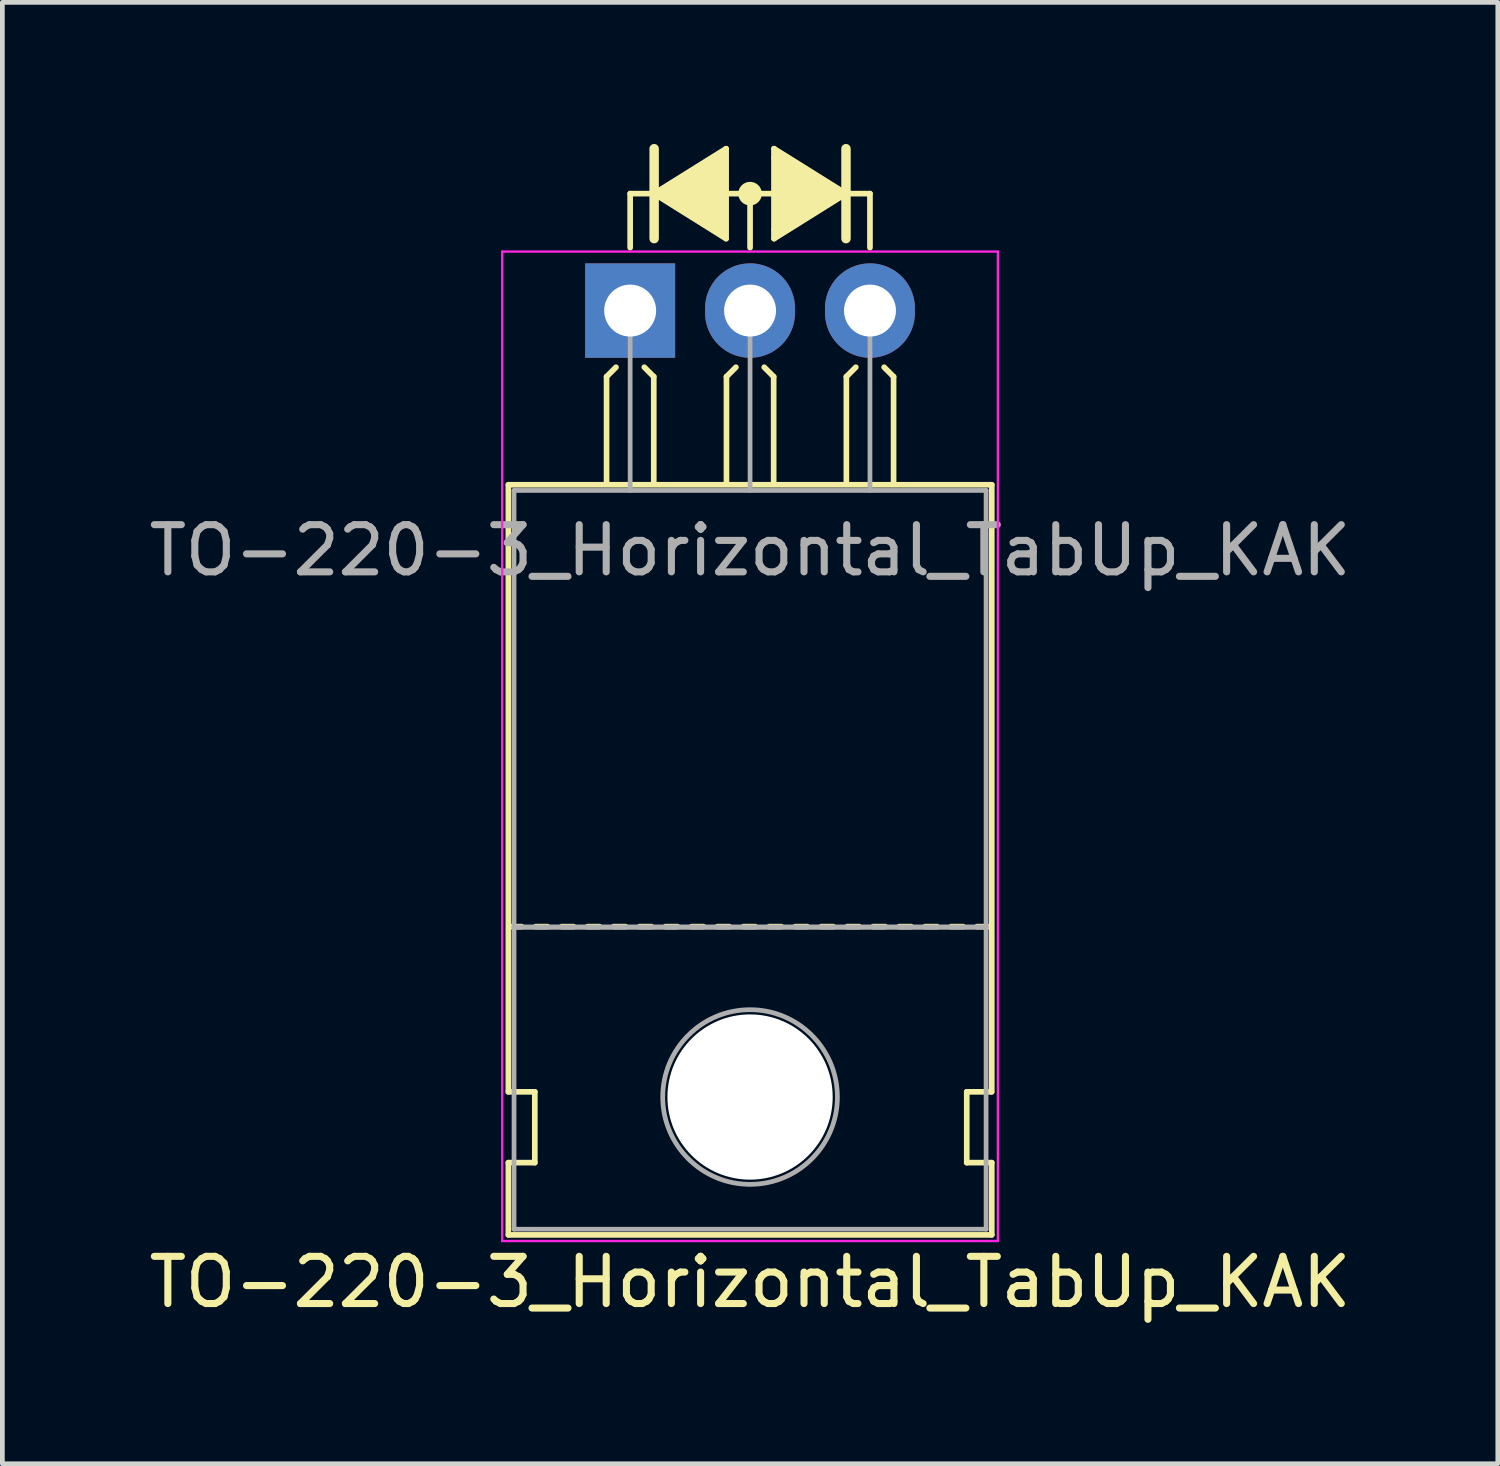
<source format=kicad_pcb>
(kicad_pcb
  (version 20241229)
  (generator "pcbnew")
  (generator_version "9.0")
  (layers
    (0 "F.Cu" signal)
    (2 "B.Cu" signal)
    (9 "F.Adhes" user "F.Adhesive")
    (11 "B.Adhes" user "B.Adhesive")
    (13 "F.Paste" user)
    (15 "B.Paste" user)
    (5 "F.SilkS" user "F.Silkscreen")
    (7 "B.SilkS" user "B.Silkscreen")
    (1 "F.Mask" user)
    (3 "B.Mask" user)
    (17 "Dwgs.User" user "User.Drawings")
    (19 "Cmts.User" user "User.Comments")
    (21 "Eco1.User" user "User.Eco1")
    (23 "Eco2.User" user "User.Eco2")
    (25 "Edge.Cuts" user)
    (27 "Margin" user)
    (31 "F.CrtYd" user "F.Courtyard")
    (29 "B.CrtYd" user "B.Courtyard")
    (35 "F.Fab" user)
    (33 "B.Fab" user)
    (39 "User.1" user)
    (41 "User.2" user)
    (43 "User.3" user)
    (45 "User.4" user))
  (footprint "TO-220-3_Horizontal_TabUp_KAK"
    (layer "F.Cu")
    (at 10.299 3.529)
    (property "Reference" "TO-220-3_Horizontal_TabUp_KAK" (at 2.54 20.58 0) (layer "F.SilkS") (effects (font (size 1 1) (thickness 0.15))))
    (attr through_hole)
    (fp_line (start -2.58 16.55) (end -2.58 3.69) (stroke (width 0.12) (type solid)) (layer "F.SilkS"))
    (fp_line (start -2.58 16.55) (end -2.02 16.55) (stroke (width 0.12) (type solid)) (layer "F.SilkS"))
    (fp_line (start -2.58 19.58) (end -2.58 18.05) (stroke (width 0.12) (type solid)) (layer "F.SilkS"))
    (fp_line (start -2.3 13.05) (end -2.55 13.05) (stroke (width 0.12) (type solid)) (layer "F.SilkS"))
    (fp_line (start -2.02 16.55) (end -2.02 18.05) (stroke (width 0.12) (type solid)) (layer "F.SilkS"))
    (fp_line (start -2.02 18.05) (end -2.58 18.05) (stroke (width 0.12) (type solid)) (layer "F.SilkS"))
    (fp_line (start -1.75 13.05) (end -2 13.05) (stroke (width 0.12) (type solid)) (layer "F.SilkS"))
    (fp_line (start -1.2 13.05) (end -1.45 13.05) (stroke (width 0.12) (type solid)) (layer "F.SilkS"))
    (fp_line (start -0.65 13.05) (end -0.9 13.05) (stroke (width 0.12) (type solid)) (layer "F.SilkS"))
    (fp_line (start -0.5 1.4) (end -0.3 1.2) (stroke (width 0.12) (type solid)) (layer "F.SilkS"))
    (fp_line (start -0.5 3.65) (end -0.5 1.4) (stroke (width 0.12) (type solid)) (layer "F.SilkS"))
    (fp_line (start -0.1 13.05) (end -0.35 13.05) (stroke (width 0.12) (type solid)) (layer "F.SilkS"))
    (fp_line (start 0 -2.477) (end 0.508 -2.477) (stroke (width 0.12) (type solid)) (layer "F.SilkS"))
    (fp_line (start 0 -1.333) (end 0 -2.477) (stroke (width 0.12) (type solid)) (layer "F.SilkS"))
    (fp_line (start 0.45 13.05) (end 0.2 13.05) (stroke (width 0.12) (type solid)) (layer "F.SilkS"))
    (fp_line (start 0.5 1.4) (end 0.3 1.2) (stroke (width 0.12) (type solid)) (layer "F.SilkS"))
    (fp_line (start 0.5 3.65) (end 0.5 1.4) (stroke (width 0.12) (type solid)) (layer "F.SilkS"))
    (fp_line (start 0.508 -3.429) (end 0.508 -1.524) (stroke (width 0.2) (type solid)) (layer "F.SilkS"))
    (fp_line (start 0.508 -2.477) (end 2.032 -1.524) (stroke (width 0.12) (type solid)) (layer "F.SilkS"))
    (fp_line (start 1 13.05) (end 0.75 13.05) (stroke (width 0.12) (type solid)) (layer "F.SilkS"))
    (fp_line (start 1.55 13.05) (end 1.3 13.05) (stroke (width 0.12) (type solid)) (layer "F.SilkS"))
    (fp_line (start 2.032 -3.429) (end 0.508 -2.477) (stroke (width 0.12) (type solid)) (layer "F.SilkS"))
    (fp_line (start 2.032 -1.524) (end 2.032 -3.429) (stroke (width 0.12) (type solid)) (layer "F.SilkS"))
    (fp_line (start 2.04 1.4) (end 2.24 1.2) (stroke (width 0.12) (type solid)) (layer "F.SilkS"))
    (fp_line (start 2.04 3.65) (end 2.04 1.4) (stroke (width 0.12) (type solid)) (layer "F.SilkS"))
    (fp_line (start 2.1 13.05) (end 1.85 13.05) (stroke (width 0.12) (type solid)) (layer "F.SilkS"))
    (fp_line (start 2.54 -2.477) (end 2.032 -2.477) (stroke (width 0.12) (type solid)) (layer "F.SilkS"))
    (fp_line (start 2.54 -2.477) (end 3.048 -2.477) (stroke (width 0.12) (type solid)) (layer "F.SilkS"))
    (fp_line (start 2.54 -1.333) (end 2.54 -2.477) (stroke (width 0.12) (type solid)) (layer "F.SilkS"))
    (fp_line (start 2.65 13.05) (end 2.4 13.05) (stroke (width 0.12) (type solid)) (layer "F.SilkS"))
    (fp_line (start 3.04 1.4) (end 2.84 1.2) (stroke (width 0.12) (type solid)) (layer "F.SilkS"))
    (fp_line (start 3.04 3.65) (end 3.04 1.4) (stroke (width 0.12) (type solid)) (layer "F.SilkS"))
    (fp_line (start 3.048 -3.239) (end 3.048 -3.429) (stroke (width 0.12) (type solid)) (layer "F.SilkS"))
    (fp_line (start 3.048 -3.239) (end 3.048 -1.714) (stroke (width 0.12) (type solid)) (layer "F.SilkS"))
    (fp_line (start 3.048 -1.714) (end 3.048 -1.524) (stroke (width 0.12) (type solid)) (layer "F.SilkS"))
    (fp_line (start 3.2 13.05) (end 2.95 13.05) (stroke (width 0.12) (type solid)) (layer "F.SilkS"))
    (fp_line (start 3.75 13.05) (end 3.5 13.05) (stroke (width 0.12) (type solid)) (layer "F.SilkS"))
    (fp_line (start 4.3 13.05) (end 4.05 13.05) (stroke (width 0.12) (type solid)) (layer "F.SilkS"))
    (fp_line (start 4.572 -2.477) (end 3.048 -3.429) (stroke (width 0.12) (type solid)) (layer "F.SilkS"))
    (fp_line (start 4.572 -2.477) (end 3.048 -1.524) (stroke (width 0.12) (type solid)) (layer "F.SilkS"))
    (fp_line (start 4.572 -1.524) (end 4.572 -3.429) (stroke (width 0.2) (type solid)) (layer "F.SilkS"))
    (fp_line (start 4.58 1.4) (end 4.78 1.2) (stroke (width 0.12) (type solid)) (layer "F.SilkS"))
    (fp_line (start 4.58 3.65) (end 4.58 1.4) (stroke (width 0.12) (type solid)) (layer "F.SilkS"))
    (fp_line (start 4.85 13.05) (end 4.6 13.05) (stroke (width 0.12) (type solid)) (layer "F.SilkS"))
    (fp_line (start 5.08 -2.477) (end 4.572 -2.477) (stroke (width 0.12) (type solid)) (layer "F.SilkS"))
    (fp_line (start 5.08 -1.333) (end 5.08 -2.477) (stroke (width 0.12) (type solid)) (layer "F.SilkS"))
    (fp_line (start 5.4 13.05) (end 5.15 13.05) (stroke (width 0.12) (type solid)) (layer "F.SilkS"))
    (fp_line (start 5.58 1.4) (end 5.38 1.2) (stroke (width 0.12) (type solid)) (layer "F.SilkS"))
    (fp_line (start 5.58 3.65) (end 5.58 1.4) (stroke (width 0.12) (type solid)) (layer "F.SilkS"))
    (fp_line (start 5.95 13.05) (end 5.7 13.05) (stroke (width 0.12) (type solid)) (layer "F.SilkS"))
    (fp_line (start 6.5 13.05) (end 6.25 13.05) (stroke (width 0.12) (type solid)) (layer "F.SilkS"))
    (fp_line (start 7.05 13.05) (end 6.8 13.05) (stroke (width 0.12) (type solid)) (layer "F.SilkS"))
    (fp_line (start 7.13 16.55) (end 7.655 16.55) (stroke (width 0.12) (type solid)) (layer "F.SilkS"))
    (fp_line (start 7.13 18.05) (end 7.13 16.55) (stroke (width 0.12) (type solid)) (layer "F.SilkS"))
    (fp_line (start 7.6 13.05) (end 7.35 13.05) (stroke (width 0.12) (type solid)) (layer "F.SilkS"))
    (fp_line (start 7.66 3.69) (end -2.58 3.69) (stroke (width 0.12) (type solid)) (layer "F.SilkS"))
    (fp_line (start 7.66 16.55) (end 7.66 3.69) (stroke (width 0.12) (type solid)) (layer "F.SilkS"))
    (fp_line (start 7.66 18.05) (end 7.13 18.05) (stroke (width 0.12) (type solid)) (layer "F.SilkS"))
    (fp_line (start 7.66 19.58) (end -2.58 19.58) (stroke (width 0.12) (type solid)) (layer "F.SilkS"))
    (fp_line (start 7.66 19.58) (end 7.66 18.05) (stroke (width 0.12) (type solid)) (layer "F.SilkS"))
    (fp_circle (center 2.54 -2.477) (end 2.54 -2.667) (stroke (width 0.12) (type solid)) (fill no) (layer "F.SilkS"))
    (fp_circle (center 2.54 -2.477) (end 2.54 -2.603) (stroke (width 0.12) (type solid)) (fill no) (layer "F.SilkS"))
    (fp_circle (center 2.54 -2.477) (end 2.54 -2.54) (stroke (width 0.12) (type solid)) (fill no) (layer "F.SilkS"))
    (fp_poly (pts (xy 2.032 -1.524) (xy 0.508 -2.477) (xy 2.032 -3.429)) (stroke (width 0.1) (type solid)) (fill yes) (layer "F.SilkS"))
    (fp_poly (pts (xy 4.572 -2.477) (xy 3.048 -1.524) (xy 3.048 -3.429)) (stroke (width 0.1) (type solid)) (fill yes) (layer "F.SilkS"))
    (fp_line (start -2.71 -1.25) (end -2.71 19.71) (stroke (width 0.05) (type solid)) (layer "F.CrtYd"))
    (fp_line (start -2.71 19.71) (end 7.79 19.71) (stroke (width 0.05) (type solid)) (layer "F.CrtYd"))
    (fp_line (start 7.79 -1.25) (end -2.71 -1.25) (stroke (width 0.05) (type solid)) (layer "F.CrtYd"))
    (fp_line (start 7.79 19.71) (end 7.79 -1.25) (stroke (width 0.05) (type solid)) (layer "F.CrtYd"))
    (fp_line (start -2.46 3.81) (end -2.46 13.06) (stroke (width 0.1) (type solid)) (layer "F.Fab"))
    (fp_line (start -2.46 13.06) (end -2.46 19.46) (stroke (width 0.1) (type solid)) (layer "F.Fab"))
    (fp_line (start -2.46 13.06) (end 7.54 13.06) (stroke (width 0.1) (type solid)) (layer "F.Fab"))
    (fp_line (start -2.46 19.46) (end 7.54 19.46) (stroke (width 0.1) (type solid)) (layer "F.Fab"))
    (fp_line (start 0 3.81) (end 0 0) (stroke (width 0.1) (type solid)) (layer "F.Fab"))
    (fp_line (start 2.54 3.81) (end 2.54 0) (stroke (width 0.1) (type solid)) (layer "F.Fab"))
    (fp_line (start 5.08 3.81) (end 5.08 0) (stroke (width 0.1) (type solid)) (layer "F.Fab"))
    (fp_line (start 7.54 3.81) (end -2.46 3.81) (stroke (width 0.1) (type solid)) (layer "F.Fab"))
    (fp_line (start 7.54 13.06) (end -2.46 13.06) (stroke (width 0.1) (type solid)) (layer "F.Fab"))
    (fp_line (start 7.54 13.06) (end 7.54 3.81) (stroke (width 0.1) (type solid)) (layer "F.Fab"))
    (fp_line (start 7.54 19.46) (end 7.54 13.06) (stroke (width 0.1) (type solid)) (layer "F.Fab"))
    (fp_circle (center 2.54 16.66) (end 4.39 16.66) (stroke (width 0.1) (type solid)) (fill no) (layer "F.Fab"))
    (fp_text user "${REFERENCE}" (at 2.54 5.08 0) (layer "F.Fab") (effects (font (size 1 1) (thickness 0.15))))
    (pad "" np_thru_hole oval (at 2.54 16.66) (size 3.5 3.5) (drill 3.5) (layers "*.Cu" "*.Mask"))
    (pad "1" thru_hole rect (at 0 0) (size 1.905 2) (drill 1.1) (layers "*.Cu" "*.Mask"))
    (pad "2" thru_hole oval (at 2.54 0) (size 1.905 2) (drill 1.1) (layers "*.Cu" "*.Mask"))
    (pad "3" thru_hole oval (at 5.08 0) (size 1.905 2) (drill 1.1) (layers "*.Cu" "*.Mask")))
  (gr_rect
    (start -3 -3)
    (end 28.679 27.957)
    (stroke (width 0.1) (type default))
    (fill no)
    (layer "Edge.Cuts")))
</source>
